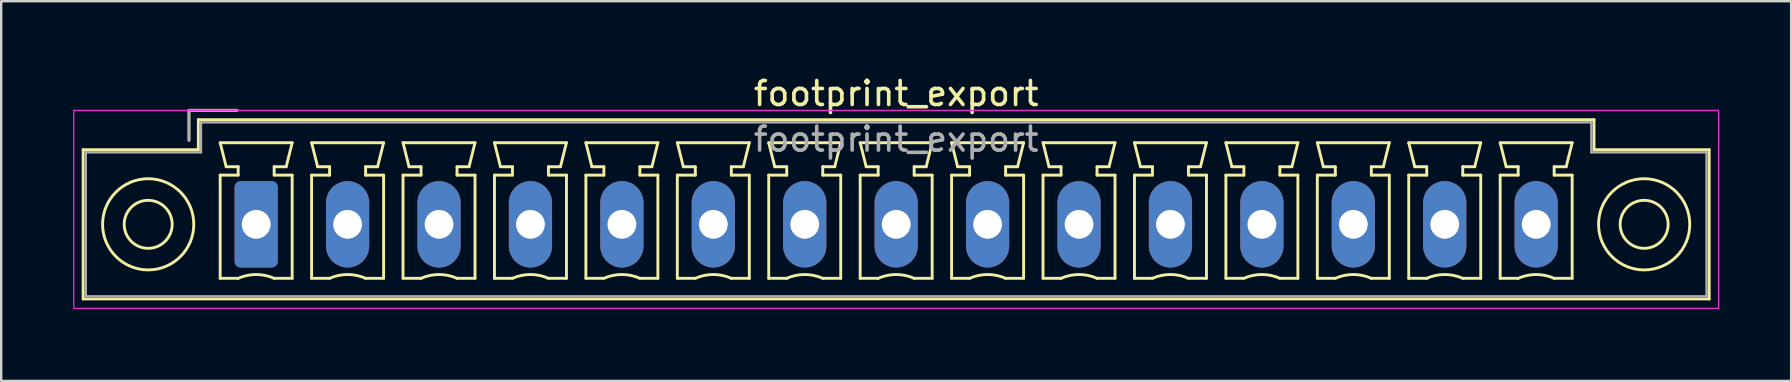
<source format=kicad_pcb>
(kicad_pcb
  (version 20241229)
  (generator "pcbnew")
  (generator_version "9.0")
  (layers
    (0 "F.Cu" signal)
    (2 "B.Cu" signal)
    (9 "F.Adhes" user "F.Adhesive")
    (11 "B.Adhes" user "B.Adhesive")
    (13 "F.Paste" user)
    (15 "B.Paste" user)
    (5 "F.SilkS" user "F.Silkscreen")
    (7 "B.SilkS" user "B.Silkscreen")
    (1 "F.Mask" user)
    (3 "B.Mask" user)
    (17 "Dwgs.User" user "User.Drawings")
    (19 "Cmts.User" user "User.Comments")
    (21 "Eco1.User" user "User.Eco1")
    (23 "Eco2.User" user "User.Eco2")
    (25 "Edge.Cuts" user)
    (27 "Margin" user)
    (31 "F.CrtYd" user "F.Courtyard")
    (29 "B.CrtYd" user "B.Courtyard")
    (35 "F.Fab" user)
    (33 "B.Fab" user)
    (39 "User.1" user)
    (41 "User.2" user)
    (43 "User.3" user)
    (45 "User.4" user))
  (footprint "footprint_export"
    (layer "F.Cu")
    (at 7.625 6.298)
    (property "Reference" "footprint_export" (at 26.67 -5.45 0) (layer "F.SilkS") (effects (font (size 1 1) (thickness 0.15))))
    (attr through_hole)
    (fp_line (start -7.21 -3.11) (end -7.21 3.11) (stroke (width 0.12) (type solid)) (layer "F.SilkS"))
    (fp_line (start -7.21 3.11) (end 60.55 3.11) (stroke (width 0.12) (type solid)) (layer "F.SilkS"))
    (fp_line (start -2.8 -4.75) (end -0.8 -4.75) (stroke (width 0.12) (type solid)) (layer "F.SilkS"))
    (fp_line (start -2.8 -3.5) (end -2.8 -4.75) (stroke (width 0.12) (type solid)) (layer "F.SilkS"))
    (fp_line (start -2.41 -4.36) (end -2.41 -3.11) (stroke (width 0.12) (type solid)) (layer "F.SilkS"))
    (fp_line (start -2.41 -3.11) (end -7.21 -3.11) (stroke (width 0.12) (type solid)) (layer "F.SilkS"))
    (fp_line (start -1.5 -3.4) (end 1.5 -3.4) (stroke (width 0.12) (type solid)) (layer "F.SilkS"))
    (fp_line (start -1.5 -2.05) (end -0.75 -2.05) (stroke (width 0.12) (type solid)) (layer "F.SilkS"))
    (fp_line (start -1.5 2.25) (end -1.5 -2.05) (stroke (width 0.12) (type solid)) (layer "F.SilkS"))
    (fp_line (start -1.25 -2.4) (end -1.5 -3.4) (stroke (width 0.12) (type solid)) (layer "F.SilkS"))
    (fp_line (start -0.75 -2.4) (end -1.25 -2.4) (stroke (width 0.12) (type solid)) (layer "F.SilkS"))
    (fp_line (start -0.75 -2.05) (end -0.75 -2.4) (stroke (width 0.12) (type solid)) (layer "F.SilkS"))
    (fp_line (start -0.75 2.25) (end -1.5 2.25) (stroke (width 0.12) (type solid)) (layer "F.SilkS"))
    (fp_line (start 0.75 -2.4) (end 0.75 -2.05) (stroke (width 0.12) (type solid)) (layer "F.SilkS"))
    (fp_line (start 0.75 -2.05) (end 1.5 -2.05) (stroke (width 0.12) (type solid)) (layer "F.SilkS"))
    (fp_line (start 1.25 -2.4) (end 0.75 -2.4) (stroke (width 0.12) (type solid)) (layer "F.SilkS"))
    (fp_line (start 1.5 -3.4) (end 1.25 -2.4) (stroke (width 0.12) (type solid)) (layer "F.SilkS"))
    (fp_line (start 1.5 -2.05) (end 1.5 2.25) (stroke (width 0.12) (type solid)) (layer "F.SilkS"))
    (fp_line (start 1.5 2.25) (end 0.75 2.25) (stroke (width 0.12) (type solid)) (layer "F.SilkS"))
    (fp_line (start 2.31 -3.4) (end 5.31 -3.4) (stroke (width 0.12) (type solid)) (layer "F.SilkS"))
    (fp_line (start 2.31 -2.05) (end 3.06 -2.05) (stroke (width 0.12) (type solid)) (layer "F.SilkS"))
    (fp_line (start 2.31 2.25) (end 2.31 -2.05) (stroke (width 0.12) (type solid)) (layer "F.SilkS"))
    (fp_line (start 2.56 -2.4) (end 2.31 -3.4) (stroke (width 0.12) (type solid)) (layer "F.SilkS"))
    (fp_line (start 3.06 -2.4) (end 2.56 -2.4) (stroke (width 0.12) (type solid)) (layer "F.SilkS"))
    (fp_line (start 3.06 -2.05) (end 3.06 -2.4) (stroke (width 0.12) (type solid)) (layer "F.SilkS"))
    (fp_line (start 3.06 2.25) (end 2.31 2.25) (stroke (width 0.12) (type solid)) (layer "F.SilkS"))
    (fp_line (start 4.56 -2.4) (end 4.56 -2.05) (stroke (width 0.12) (type solid)) (layer "F.SilkS"))
    (fp_line (start 4.56 -2.05) (end 5.31 -2.05) (stroke (width 0.12) (type solid)) (layer "F.SilkS"))
    (fp_line (start 5.06 -2.4) (end 4.56 -2.4) (stroke (width 0.12) (type solid)) (layer "F.SilkS"))
    (fp_line (start 5.31 -3.4) (end 5.06 -2.4) (stroke (width 0.12) (type solid)) (layer "F.SilkS"))
    (fp_line (start 5.31 -2.05) (end 5.31 2.25) (stroke (width 0.12) (type solid)) (layer "F.SilkS"))
    (fp_line (start 5.31 2.25) (end 4.56 2.25) (stroke (width 0.12) (type solid)) (layer "F.SilkS"))
    (fp_line (start 6.12 -3.4) (end 9.12 -3.4) (stroke (width 0.12) (type solid)) (layer "F.SilkS"))
    (fp_line (start 6.12 -2.05) (end 6.87 -2.05) (stroke (width 0.12) (type solid)) (layer "F.SilkS"))
    (fp_line (start 6.12 2.25) (end 6.12 -2.05) (stroke (width 0.12) (type solid)) (layer "F.SilkS"))
    (fp_line (start 6.37 -2.4) (end 6.12 -3.4) (stroke (width 0.12) (type solid)) (layer "F.SilkS"))
    (fp_line (start 6.87 -2.4) (end 6.37 -2.4) (stroke (width 0.12) (type solid)) (layer "F.SilkS"))
    (fp_line (start 6.87 -2.05) (end 6.87 -2.4) (stroke (width 0.12) (type solid)) (layer "F.SilkS"))
    (fp_line (start 6.87 2.25) (end 6.12 2.25) (stroke (width 0.12) (type solid)) (layer "F.SilkS"))
    (fp_line (start 8.37 -2.4) (end 8.37 -2.05) (stroke (width 0.12) (type solid)) (layer "F.SilkS"))
    (fp_line (start 8.37 -2.05) (end 9.12 -2.05) (stroke (width 0.12) (type solid)) (layer "F.SilkS"))
    (fp_line (start 8.87 -2.4) (end 8.37 -2.4) (stroke (width 0.12) (type solid)) (layer "F.SilkS"))
    (fp_line (start 9.12 -3.4) (end 8.87 -2.4) (stroke (width 0.12) (type solid)) (layer "F.SilkS"))
    (fp_line (start 9.12 -2.05) (end 9.12 2.25) (stroke (width 0.12) (type solid)) (layer "F.SilkS"))
    (fp_line (start 9.12 2.25) (end 8.37 2.25) (stroke (width 0.12) (type solid)) (layer "F.SilkS"))
    (fp_line (start 9.93 -3.4) (end 12.93 -3.4) (stroke (width 0.12) (type solid)) (layer "F.SilkS"))
    (fp_line (start 9.93 -2.05) (end 10.68 -2.05) (stroke (width 0.12) (type solid)) (layer "F.SilkS"))
    (fp_line (start 9.93 2.25) (end 9.93 -2.05) (stroke (width 0.12) (type solid)) (layer "F.SilkS"))
    (fp_line (start 10.18 -2.4) (end 9.93 -3.4) (stroke (width 0.12) (type solid)) (layer "F.SilkS"))
    (fp_line (start 10.68 -2.4) (end 10.18 -2.4) (stroke (width 0.12) (type solid)) (layer "F.SilkS"))
    (fp_line (start 10.68 -2.05) (end 10.68 -2.4) (stroke (width 0.12) (type solid)) (layer "F.SilkS"))
    (fp_line (start 10.68 2.25) (end 9.93 2.25) (stroke (width 0.12) (type solid)) (layer "F.SilkS"))
    (fp_line (start 12.18 -2.4) (end 12.18 -2.05) (stroke (width 0.12) (type solid)) (layer "F.SilkS"))
    (fp_line (start 12.18 -2.05) (end 12.93 -2.05) (stroke (width 0.12) (type solid)) (layer "F.SilkS"))
    (fp_line (start 12.68 -2.4) (end 12.18 -2.4) (stroke (width 0.12) (type solid)) (layer "F.SilkS"))
    (fp_line (start 12.93 -3.4) (end 12.68 -2.4) (stroke (width 0.12) (type solid)) (layer "F.SilkS"))
    (fp_line (start 12.93 -2.05) (end 12.93 2.25) (stroke (width 0.12) (type solid)) (layer "F.SilkS"))
    (fp_line (start 12.93 2.25) (end 12.18 2.25) (stroke (width 0.12) (type solid)) (layer "F.SilkS"))
    (fp_line (start 13.74 -3.4) (end 16.74 -3.4) (stroke (width 0.12) (type solid)) (layer "F.SilkS"))
    (fp_line (start 13.74 -2.05) (end 14.49 -2.05) (stroke (width 0.12) (type solid)) (layer "F.SilkS"))
    (fp_line (start 13.74 2.25) (end 13.74 -2.05) (stroke (width 0.12) (type solid)) (layer "F.SilkS"))
    (fp_line (start 13.99 -2.4) (end 13.74 -3.4) (stroke (width 0.12) (type solid)) (layer "F.SilkS"))
    (fp_line (start 14.49 -2.4) (end 13.99 -2.4) (stroke (width 0.12) (type solid)) (layer "F.SilkS"))
    (fp_line (start 14.49 -2.05) (end 14.49 -2.4) (stroke (width 0.12) (type solid)) (layer "F.SilkS"))
    (fp_line (start 14.49 2.25) (end 13.74 2.25) (stroke (width 0.12) (type solid)) (layer "F.SilkS"))
    (fp_line (start 15.99 -2.4) (end 15.99 -2.05) (stroke (width 0.12) (type solid)) (layer "F.SilkS"))
    (fp_line (start 15.99 -2.05) (end 16.74 -2.05) (stroke (width 0.12) (type solid)) (layer "F.SilkS"))
    (fp_line (start 16.49 -2.4) (end 15.99 -2.4) (stroke (width 0.12) (type solid)) (layer "F.SilkS"))
    (fp_line (start 16.74 -3.4) (end 16.49 -2.4) (stroke (width 0.12) (type solid)) (layer "F.SilkS"))
    (fp_line (start 16.74 -2.05) (end 16.74 2.25) (stroke (width 0.12) (type solid)) (layer "F.SilkS"))
    (fp_line (start 16.74 2.25) (end 15.99 2.25) (stroke (width 0.12) (type solid)) (layer "F.SilkS"))
    (fp_line (start 17.55 -3.4) (end 20.55 -3.4) (stroke (width 0.12) (type solid)) (layer "F.SilkS"))
    (fp_line (start 17.55 -2.05) (end 18.3 -2.05) (stroke (width 0.12) (type solid)) (layer "F.SilkS"))
    (fp_line (start 17.55 2.25) (end 17.55 -2.05) (stroke (width 0.12) (type solid)) (layer "F.SilkS"))
    (fp_line (start 17.8 -2.4) (end 17.55 -3.4) (stroke (width 0.12) (type solid)) (layer "F.SilkS"))
    (fp_line (start 18.3 -2.4) (end 17.8 -2.4) (stroke (width 0.12) (type solid)) (layer "F.SilkS"))
    (fp_line (start 18.3 -2.05) (end 18.3 -2.4) (stroke (width 0.12) (type solid)) (layer "F.SilkS"))
    (fp_line (start 18.3 2.25) (end 17.55 2.25) (stroke (width 0.12) (type solid)) (layer "F.SilkS"))
    (fp_line (start 19.8 -2.4) (end 19.8 -2.05) (stroke (width 0.12) (type solid)) (layer "F.SilkS"))
    (fp_line (start 19.8 -2.05) (end 20.55 -2.05) (stroke (width 0.12) (type solid)) (layer "F.SilkS"))
    (fp_line (start 20.3 -2.4) (end 19.8 -2.4) (stroke (width 0.12) (type solid)) (layer "F.SilkS"))
    (fp_line (start 20.55 -3.4) (end 20.3 -2.4) (stroke (width 0.12) (type solid)) (layer "F.SilkS"))
    (fp_line (start 20.55 -2.05) (end 20.55 2.25) (stroke (width 0.12) (type solid)) (layer "F.SilkS"))
    (fp_line (start 20.55 2.25) (end 19.8 2.25) (stroke (width 0.12) (type solid)) (layer "F.SilkS"))
    (fp_line (start 21.36 -3.4) (end 24.36 -3.4) (stroke (width 0.12) (type solid)) (layer "F.SilkS"))
    (fp_line (start 21.36 -2.05) (end 22.11 -2.05) (stroke (width 0.12) (type solid)) (layer "F.SilkS"))
    (fp_line (start 21.36 2.25) (end 21.36 -2.05) (stroke (width 0.12) (type solid)) (layer "F.SilkS"))
    (fp_line (start 21.61 -2.4) (end 21.36 -3.4) (stroke (width 0.12) (type solid)) (layer "F.SilkS"))
    (fp_line (start 22.11 -2.4) (end 21.61 -2.4) (stroke (width 0.12) (type solid)) (layer "F.SilkS"))
    (fp_line (start 22.11 -2.05) (end 22.11 -2.4) (stroke (width 0.12) (type solid)) (layer "F.SilkS"))
    (fp_line (start 22.11 2.25) (end 21.36 2.25) (stroke (width 0.12) (type solid)) (layer "F.SilkS"))
    (fp_line (start 23.61 -2.4) (end 23.61 -2.05) (stroke (width 0.12) (type solid)) (layer "F.SilkS"))
    (fp_line (start 23.61 -2.05) (end 24.36 -2.05) (stroke (width 0.12) (type solid)) (layer "F.SilkS"))
    (fp_line (start 24.11 -2.4) (end 23.61 -2.4) (stroke (width 0.12) (type solid)) (layer "F.SilkS"))
    (fp_line (start 24.36 -3.4) (end 24.11 -2.4) (stroke (width 0.12) (type solid)) (layer "F.SilkS"))
    (fp_line (start 24.36 -2.05) (end 24.36 2.25) (stroke (width 0.12) (type solid)) (layer "F.SilkS"))
    (fp_line (start 24.36 2.25) (end 23.61 2.25) (stroke (width 0.12) (type solid)) (layer "F.SilkS"))
    (fp_line (start 25.17 -3.4) (end 28.17 -3.4) (stroke (width 0.12) (type solid)) (layer "F.SilkS"))
    (fp_line (start 25.17 -2.05) (end 25.92 -2.05) (stroke (width 0.12) (type solid)) (layer "F.SilkS"))
    (fp_line (start 25.17 2.25) (end 25.17 -2.05) (stroke (width 0.12) (type solid)) (layer "F.SilkS"))
    (fp_line (start 25.42 -2.4) (end 25.17 -3.4) (stroke (width 0.12) (type solid)) (layer "F.SilkS"))
    (fp_line (start 25.92 -2.4) (end 25.42 -2.4) (stroke (width 0.12) (type solid)) (layer "F.SilkS"))
    (fp_line (start 25.92 -2.05) (end 25.92 -2.4) (stroke (width 0.12) (type solid)) (layer "F.SilkS"))
    (fp_line (start 25.92 2.25) (end 25.17 2.25) (stroke (width 0.12) (type solid)) (layer "F.SilkS"))
    (fp_line (start 27.42 -2.4) (end 27.42 -2.05) (stroke (width 0.12) (type solid)) (layer "F.SilkS"))
    (fp_line (start 27.42 -2.05) (end 28.17 -2.05) (stroke (width 0.12) (type solid)) (layer "F.SilkS"))
    (fp_line (start 27.92 -2.4) (end 27.42 -2.4) (stroke (width 0.12) (type solid)) (layer "F.SilkS"))
    (fp_line (start 28.17 -3.4) (end 27.92 -2.4) (stroke (width 0.12) (type solid)) (layer "F.SilkS"))
    (fp_line (start 28.17 -2.05) (end 28.17 2.25) (stroke (width 0.12) (type solid)) (layer "F.SilkS"))
    (fp_line (start 28.17 2.25) (end 27.42 2.25) (stroke (width 0.12) (type solid)) (layer "F.SilkS"))
    (fp_line (start 28.98 -3.4) (end 31.98 -3.4) (stroke (width 0.12) (type solid)) (layer "F.SilkS"))
    (fp_line (start 28.98 -2.05) (end 29.73 -2.05) (stroke (width 0.12) (type solid)) (layer "F.SilkS"))
    (fp_line (start 28.98 2.25) (end 28.98 -2.05) (stroke (width 0.12) (type solid)) (layer "F.SilkS"))
    (fp_line (start 29.23 -2.4) (end 28.98 -3.4) (stroke (width 0.12) (type solid)) (layer "F.SilkS"))
    (fp_line (start 29.73 -2.4) (end 29.23 -2.4) (stroke (width 0.12) (type solid)) (layer "F.SilkS"))
    (fp_line (start 29.73 -2.05) (end 29.73 -2.4) (stroke (width 0.12) (type solid)) (layer "F.SilkS"))
    (fp_line (start 29.73 2.25) (end 28.98 2.25) (stroke (width 0.12) (type solid)) (layer "F.SilkS"))
    (fp_line (start 31.23 -2.4) (end 31.23 -2.05) (stroke (width 0.12) (type solid)) (layer "F.SilkS"))
    (fp_line (start 31.23 -2.05) (end 31.98 -2.05) (stroke (width 0.12) (type solid)) (layer "F.SilkS"))
    (fp_line (start 31.73 -2.4) (end 31.23 -2.4) (stroke (width 0.12) (type solid)) (layer "F.SilkS"))
    (fp_line (start 31.98 -3.4) (end 31.73 -2.4) (stroke (width 0.12) (type solid)) (layer "F.SilkS"))
    (fp_line (start 31.98 -2.05) (end 31.98 2.25) (stroke (width 0.12) (type solid)) (layer "F.SilkS"))
    (fp_line (start 31.98 2.25) (end 31.23 2.25) (stroke (width 0.12) (type solid)) (layer "F.SilkS"))
    (fp_line (start 32.79 -3.4) (end 35.79 -3.4) (stroke (width 0.12) (type solid)) (layer "F.SilkS"))
    (fp_line (start 32.79 -2.05) (end 33.54 -2.05) (stroke (width 0.12) (type solid)) (layer "F.SilkS"))
    (fp_line (start 32.79 2.25) (end 32.79 -2.05) (stroke (width 0.12) (type solid)) (layer "F.SilkS"))
    (fp_line (start 33.04 -2.4) (end 32.79 -3.4) (stroke (width 0.12) (type solid)) (layer "F.SilkS"))
    (fp_line (start 33.54 -2.4) (end 33.04 -2.4) (stroke (width 0.12) (type solid)) (layer "F.SilkS"))
    (fp_line (start 33.54 -2.05) (end 33.54 -2.4) (stroke (width 0.12) (type solid)) (layer "F.SilkS"))
    (fp_line (start 33.54 2.25) (end 32.79 2.25) (stroke (width 0.12) (type solid)) (layer "F.SilkS"))
    (fp_line (start 35.04 -2.4) (end 35.04 -2.05) (stroke (width 0.12) (type solid)) (layer "F.SilkS"))
    (fp_line (start 35.04 -2.05) (end 35.79 -2.05) (stroke (width 0.12) (type solid)) (layer "F.SilkS"))
    (fp_line (start 35.54 -2.4) (end 35.04 -2.4) (stroke (width 0.12) (type solid)) (layer "F.SilkS"))
    (fp_line (start 35.79 -3.4) (end 35.54 -2.4) (stroke (width 0.12) (type solid)) (layer "F.SilkS"))
    (fp_line (start 35.79 -2.05) (end 35.79 2.25) (stroke (width 0.12) (type solid)) (layer "F.SilkS"))
    (fp_line (start 35.79 2.25) (end 35.04 2.25) (stroke (width 0.12) (type solid)) (layer "F.SilkS"))
    (fp_line (start 36.6 -3.4) (end 39.6 -3.4) (stroke (width 0.12) (type solid)) (layer "F.SilkS"))
    (fp_line (start 36.6 -2.05) (end 37.35 -2.05) (stroke (width 0.12) (type solid)) (layer "F.SilkS"))
    (fp_line (start 36.6 2.25) (end 36.6 -2.05) (stroke (width 0.12) (type solid)) (layer "F.SilkS"))
    (fp_line (start 36.85 -2.4) (end 36.6 -3.4) (stroke (width 0.12) (type solid)) (layer "F.SilkS"))
    (fp_line (start 37.35 -2.4) (end 36.85 -2.4) (stroke (width 0.12) (type solid)) (layer "F.SilkS"))
    (fp_line (start 37.35 -2.05) (end 37.35 -2.4) (stroke (width 0.12) (type solid)) (layer "F.SilkS"))
    (fp_line (start 37.35 2.25) (end 36.6 2.25) (stroke (width 0.12) (type solid)) (layer "F.SilkS"))
    (fp_line (start 38.85 -2.4) (end 38.85 -2.05) (stroke (width 0.12) (type solid)) (layer "F.SilkS"))
    (fp_line (start 38.85 -2.05) (end 39.6 -2.05) (stroke (width 0.12) (type solid)) (layer "F.SilkS"))
    (fp_line (start 39.35 -2.4) (end 38.85 -2.4) (stroke (width 0.12) (type solid)) (layer "F.SilkS"))
    (fp_line (start 39.6 -3.4) (end 39.35 -2.4) (stroke (width 0.12) (type solid)) (layer "F.SilkS"))
    (fp_line (start 39.6 -2.05) (end 39.6 2.25) (stroke (width 0.12) (type solid)) (layer "F.SilkS"))
    (fp_line (start 39.6 2.25) (end 38.85 2.25) (stroke (width 0.12) (type solid)) (layer "F.SilkS"))
    (fp_line (start 40.41 -3.4) (end 43.41 -3.4) (stroke (width 0.12) (type solid)) (layer "F.SilkS"))
    (fp_line (start 40.41 -2.05) (end 41.16 -2.05) (stroke (width 0.12) (type solid)) (layer "F.SilkS"))
    (fp_line (start 40.41 2.25) (end 40.41 -2.05) (stroke (width 0.12) (type solid)) (layer "F.SilkS"))
    (fp_line (start 40.66 -2.4) (end 40.41 -3.4) (stroke (width 0.12) (type solid)) (layer "F.SilkS"))
    (fp_line (start 41.16 -2.4) (end 40.66 -2.4) (stroke (width 0.12) (type solid)) (layer "F.SilkS"))
    (fp_line (start 41.16 -2.05) (end 41.16 -2.4) (stroke (width 0.12) (type solid)) (layer "F.SilkS"))
    (fp_line (start 41.16 2.25) (end 40.41 2.25) (stroke (width 0.12) (type solid)) (layer "F.SilkS"))
    (fp_line (start 42.66 -2.4) (end 42.66 -2.05) (stroke (width 0.12) (type solid)) (layer "F.SilkS"))
    (fp_line (start 42.66 -2.05) (end 43.41 -2.05) (stroke (width 0.12) (type solid)) (layer "F.SilkS"))
    (fp_line (start 43.16 -2.4) (end 42.66 -2.4) (stroke (width 0.12) (type solid)) (layer "F.SilkS"))
    (fp_line (start 43.41 -3.4) (end 43.16 -2.4) (stroke (width 0.12) (type solid)) (layer "F.SilkS"))
    (fp_line (start 43.41 -2.05) (end 43.41 2.25) (stroke (width 0.12) (type solid)) (layer "F.SilkS"))
    (fp_line (start 43.41 2.25) (end 42.66 2.25) (stroke (width 0.12) (type solid)) (layer "F.SilkS"))
    (fp_line (start 44.22 -3.4) (end 47.22 -3.4) (stroke (width 0.12) (type solid)) (layer "F.SilkS"))
    (fp_line (start 44.22 -2.05) (end 44.97 -2.05) (stroke (width 0.12) (type solid)) (layer "F.SilkS"))
    (fp_line (start 44.22 2.25) (end 44.22 -2.05) (stroke (width 0.12) (type solid)) (layer "F.SilkS"))
    (fp_line (start 44.47 -2.4) (end 44.22 -3.4) (stroke (width 0.12) (type solid)) (layer "F.SilkS"))
    (fp_line (start 44.97 -2.4) (end 44.47 -2.4) (stroke (width 0.12) (type solid)) (layer "F.SilkS"))
    (fp_line (start 44.97 -2.05) (end 44.97 -2.4) (stroke (width 0.12) (type solid)) (layer "F.SilkS"))
    (fp_line (start 44.97 2.25) (end 44.22 2.25) (stroke (width 0.12) (type solid)) (layer "F.SilkS"))
    (fp_line (start 46.47 -2.4) (end 46.47 -2.05) (stroke (width 0.12) (type solid)) (layer "F.SilkS"))
    (fp_line (start 46.47 -2.05) (end 47.22 -2.05) (stroke (width 0.12) (type solid)) (layer "F.SilkS"))
    (fp_line (start 46.97 -2.4) (end 46.47 -2.4) (stroke (width 0.12) (type solid)) (layer "F.SilkS"))
    (fp_line (start 47.22 -3.4) (end 46.97 -2.4) (stroke (width 0.12) (type solid)) (layer "F.SilkS"))
    (fp_line (start 47.22 -2.05) (end 47.22 2.25) (stroke (width 0.12) (type solid)) (layer "F.SilkS"))
    (fp_line (start 47.22 2.25) (end 46.47 2.25) (stroke (width 0.12) (type solid)) (layer "F.SilkS"))
    (fp_line (start 48.03 -3.4) (end 51.03 -3.4) (stroke (width 0.12) (type solid)) (layer "F.SilkS"))
    (fp_line (start 48.03 -2.05) (end 48.78 -2.05) (stroke (width 0.12) (type solid)) (layer "F.SilkS"))
    (fp_line (start 48.03 2.25) (end 48.03 -2.05) (stroke (width 0.12) (type solid)) (layer "F.SilkS"))
    (fp_line (start 48.28 -2.4) (end 48.03 -3.4) (stroke (width 0.12) (type solid)) (layer "F.SilkS"))
    (fp_line (start 48.78 -2.4) (end 48.28 -2.4) (stroke (width 0.12) (type solid)) (layer "F.SilkS"))
    (fp_line (start 48.78 -2.05) (end 48.78 -2.4) (stroke (width 0.12) (type solid)) (layer "F.SilkS"))
    (fp_line (start 48.78 2.25) (end 48.03 2.25) (stroke (width 0.12) (type solid)) (layer "F.SilkS"))
    (fp_line (start 50.28 -2.4) (end 50.28 -2.05) (stroke (width 0.12) (type solid)) (layer "F.SilkS"))
    (fp_line (start 50.28 -2.05) (end 51.03 -2.05) (stroke (width 0.12) (type solid)) (layer "F.SilkS"))
    (fp_line (start 50.78 -2.4) (end 50.28 -2.4) (stroke (width 0.12) (type solid)) (layer "F.SilkS"))
    (fp_line (start 51.03 -3.4) (end 50.78 -2.4) (stroke (width 0.12) (type solid)) (layer "F.SilkS"))
    (fp_line (start 51.03 -2.05) (end 51.03 2.25) (stroke (width 0.12) (type solid)) (layer "F.SilkS"))
    (fp_line (start 51.03 2.25) (end 50.28 2.25) (stroke (width 0.12) (type solid)) (layer "F.SilkS"))
    (fp_line (start 51.84 -3.4) (end 54.84 -3.4) (stroke (width 0.12) (type solid)) (layer "F.SilkS"))
    (fp_line (start 51.84 -2.05) (end 52.59 -2.05) (stroke (width 0.12) (type solid)) (layer "F.SilkS"))
    (fp_line (start 51.84 2.25) (end 51.84 -2.05) (stroke (width 0.12) (type solid)) (layer "F.SilkS"))
    (fp_line (start 52.09 -2.4) (end 51.84 -3.4) (stroke (width 0.12) (type solid)) (layer "F.SilkS"))
    (fp_line (start 52.59 -2.4) (end 52.09 -2.4) (stroke (width 0.12) (type solid)) (layer "F.SilkS"))
    (fp_line (start 52.59 -2.05) (end 52.59 -2.4) (stroke (width 0.12) (type solid)) (layer "F.SilkS"))
    (fp_line (start 52.59 2.25) (end 51.84 2.25) (stroke (width 0.12) (type solid)) (layer "F.SilkS"))
    (fp_line (start 54.09 -2.4) (end 54.09 -2.05) (stroke (width 0.12) (type solid)) (layer "F.SilkS"))
    (fp_line (start 54.09 -2.05) (end 54.84 -2.05) (stroke (width 0.12) (type solid)) (layer "F.SilkS"))
    (fp_line (start 54.59 -2.4) (end 54.09 -2.4) (stroke (width 0.12) (type solid)) (layer "F.SilkS"))
    (fp_line (start 54.84 -3.4) (end 54.59 -2.4) (stroke (width 0.12) (type solid)) (layer "F.SilkS"))
    (fp_line (start 54.84 -2.05) (end 54.84 2.25) (stroke (width 0.12) (type solid)) (layer "F.SilkS"))
    (fp_line (start 54.84 2.25) (end 54.09 2.25) (stroke (width 0.12) (type solid)) (layer "F.SilkS"))
    (fp_line (start 55.75 -4.36) (end -2.41 -4.36) (stroke (width 0.12) (type solid)) (layer "F.SilkS"))
    (fp_line (start 55.75 -3.11) (end 55.75 -4.36) (stroke (width 0.12) (type solid)) (layer "F.SilkS"))
    (fp_line (start 60.55 -3.11) (end 55.75 -3.11) (stroke (width 0.12) (type solid)) (layer "F.SilkS"))
    (fp_line (start 60.55 3.11) (end 60.55 -3.11) (stroke (width 0.12) (type solid)) (layer "F.SilkS"))
    (fp_arc (start -0.75 2.25) (mid -0.000193 2.09191) (end 0.749647 2.249844) (stroke (width 0.12) (type solid)) (layer "F.SilkS"))
    (fp_arc (start 3.06 2.25) (mid 3.809807 2.09191) (end 4.559647 2.249844) (stroke (width 0.12) (type solid)) (layer "F.SilkS"))
    (fp_arc (start 6.87 2.25) (mid 7.619807 2.09191) (end 8.369647 2.249844) (stroke (width 0.12) (type solid)) (layer "F.SilkS"))
    (fp_arc (start 10.68 2.25) (mid 11.429807 2.09191) (end 12.179647 2.249844) (stroke (width 0.12) (type solid)) (layer "F.SilkS"))
    (fp_arc (start 14.49 2.25) (mid 15.239807 2.09191) (end 15.989647 2.249844) (stroke (width 0.12) (type solid)) (layer "F.SilkS"))
    (fp_arc (start 18.3 2.25) (mid 19.049807 2.09191) (end 19.799647 2.249844) (stroke (width 0.12) (type solid)) (layer "F.SilkS"))
    (fp_arc (start 22.11 2.25) (mid 22.859807 2.09191) (end 23.609647 2.249844) (stroke (width 0.12) (type solid)) (layer "F.SilkS"))
    (fp_arc (start 25.92 2.25) (mid 26.669807 2.09191) (end 27.419647 2.249844) (stroke (width 0.12) (type solid)) (layer "F.SilkS"))
    (fp_arc (start 29.73 2.25) (mid 30.479807 2.09191) (end 31.229647 2.249844) (stroke (width 0.12) (type solid)) (layer "F.SilkS"))
    (fp_arc (start 33.54 2.25) (mid 34.289807 2.09191) (end 35.039647 2.249844) (stroke (width 0.12) (type solid)) (layer "F.SilkS"))
    (fp_arc (start 37.35 2.25) (mid 38.099807 2.09191) (end 38.849647 2.249844) (stroke (width 0.12) (type solid)) (layer "F.SilkS"))
    (fp_arc (start 41.16 2.25) (mid 41.909807 2.09191) (end 42.659647 2.249844) (stroke (width 0.12) (type solid)) (layer "F.SilkS"))
    (fp_arc (start 44.97 2.25) (mid 45.719807 2.09191) (end 46.469647 2.249844) (stroke (width 0.12) (type solid)) (layer "F.SilkS"))
    (fp_arc (start 48.78 2.25) (mid 49.529807 2.09191) (end 50.279647 2.249844) (stroke (width 0.12) (type solid)) (layer "F.SilkS"))
    (fp_arc (start 52.59 2.25) (mid 53.339807 2.09191) (end 54.089647 2.249844) (stroke (width 0.12) (type solid)) (layer "F.SilkS"))
    (fp_circle (center -4.5 0) (end -3.5 0) (stroke (width 0.12) (type solid)) (fill no) (layer "F.SilkS"))
    (fp_circle (center -4.5 0) (end -2.6 0) (stroke (width 0.12) (type solid)) (fill no) (layer "F.SilkS"))
    (fp_circle (center 57.84 0) (end 58.84 0) (stroke (width 0.12) (type solid)) (fill no) (layer "F.SilkS"))
    (fp_circle (center 57.84 0) (end 59.74 0) (stroke (width 0.12) (type solid)) (fill no) (layer "F.SilkS"))
    (fp_line (start -7.6 -4.75) (end -7.6 3.5) (stroke (width 0.05) (type solid)) (layer "F.CrtYd"))
    (fp_line (start -7.6 3.5) (end 60.94 3.5) (stroke (width 0.05) (type solid)) (layer "F.CrtYd"))
    (fp_line (start 60.94 -4.75) (end -7.6 -4.75) (stroke (width 0.05) (type solid)) (layer "F.CrtYd"))
    (fp_line (start 60.94 3.5) (end 60.94 -4.75) (stroke (width 0.05) (type solid)) (layer "F.CrtYd"))
    (fp_line (start -7.1 -3) (end -7.1 3) (stroke (width 0.1) (type solid)) (layer "F.Fab"))
    (fp_line (start -7.1 3) (end 60.44 3) (stroke (width 0.1) (type solid)) (layer "F.Fab"))
    (fp_line (start -2.8 -4.75) (end -0.8 -4.75) (stroke (width 0.1) (type solid)) (layer "F.Fab"))
    (fp_line (start -2.8 -3.5) (end -2.8 -4.75) (stroke (width 0.1) (type solid)) (layer "F.Fab"))
    (fp_line (start -2.3 -4.25) (end -2.3 -3) (stroke (width 0.1) (type solid)) (layer "F.Fab"))
    (fp_line (start -2.3 -3) (end -7.1 -3) (stroke (width 0.1) (type solid)) (layer "F.Fab"))
    (fp_line (start 55.64 -4.25) (end -2.3 -4.25) (stroke (width 0.1) (type solid)) (layer "F.Fab"))
    (fp_line (start 55.64 -3) (end 55.64 -4.25) (stroke (width 0.1) (type solid)) (layer "F.Fab"))
    (fp_line (start 60.44 -3) (end 55.64 -3) (stroke (width 0.1) (type solid)) (layer "F.Fab"))
    (fp_line (start 60.44 3) (end 60.44 -3) (stroke (width 0.1) (type solid)) (layer "F.Fab"))
    (fp_text user "${REFERENCE}" (at 26.67 -3.55 0) (layer "F.Fab") (effects (font (size 1 1) (thickness 0.15))))
    (pad "1" thru_hole roundrect (at 0 0) (size 1.8 3.6) (drill 1.2) (layers "*.Cu" "*.Mask") (roundrect_rratio 0.139))
    (pad "2" thru_hole oval (at 3.81 0) (size 1.8 3.6) (drill 1.2) (layers "*.Cu" "*.Mask"))
    (pad "3" thru_hole oval (at 7.62 0) (size 1.8 3.6) (drill 1.2) (layers "*.Cu" "*.Mask"))
    (pad "4" thru_hole oval (at 11.43 0) (size 1.8 3.6) (drill 1.2) (layers "*.Cu" "*.Mask"))
    (pad "5" thru_hole oval (at 15.24 0) (size 1.8 3.6) (drill 1.2) (layers "*.Cu" "*.Mask"))
    (pad "6" thru_hole oval (at 19.05 0) (size 1.8 3.6) (drill 1.2) (layers "*.Cu" "*.Mask"))
    (pad "7" thru_hole oval (at 22.86 0) (size 1.8 3.6) (drill 1.2) (layers "*.Cu" "*.Mask"))
    (pad "8" thru_hole oval (at 26.67 0) (size 1.8 3.6) (drill 1.2) (layers "*.Cu" "*.Mask"))
    (pad "9" thru_hole oval (at 30.48 0) (size 1.8 3.6) (drill 1.2) (layers "*.Cu" "*.Mask"))
    (pad "10" thru_hole oval (at 34.29 0) (size 1.8 3.6) (drill 1.2) (layers "*.Cu" "*.Mask"))
    (pad "11" thru_hole oval (at 38.1 0) (size 1.8 3.6) (drill 1.2) (layers "*.Cu" "*.Mask"))
    (pad "12" thru_hole oval (at 41.91 0) (size 1.8 3.6) (drill 1.2) (layers "*.Cu" "*.Mask"))
    (pad "13" thru_hole oval (at 45.72 0) (size 1.8 3.6) (drill 1.2) (layers "*.Cu" "*.Mask"))
    (pad "14" thru_hole oval (at 49.53 0) (size 1.8 3.6) (drill 1.2) (layers "*.Cu" "*.Mask"))
    (pad "15" thru_hole oval (at 53.34 0) (size 1.8 3.6) (drill 1.2) (layers "*.Cu" "*.Mask")))
  (gr_rect
    (start -3 -3)
    (end 71.59 12.823)
    (stroke (width 0.1) (type default))
    (fill no)
    (layer "Edge.Cuts")))
</source>
